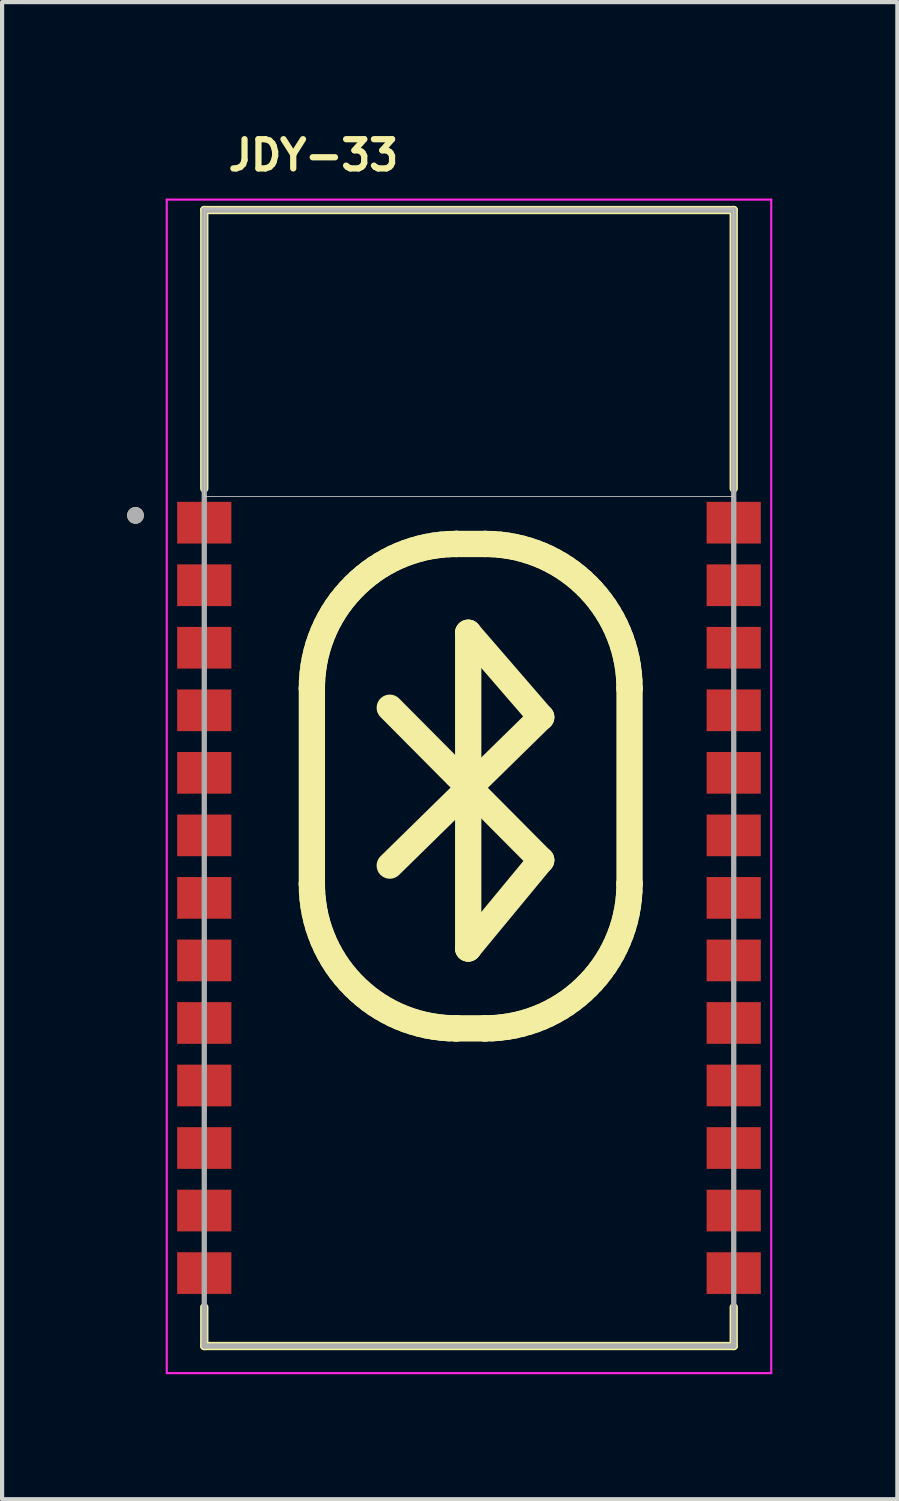
<source format=kicad_pcb>
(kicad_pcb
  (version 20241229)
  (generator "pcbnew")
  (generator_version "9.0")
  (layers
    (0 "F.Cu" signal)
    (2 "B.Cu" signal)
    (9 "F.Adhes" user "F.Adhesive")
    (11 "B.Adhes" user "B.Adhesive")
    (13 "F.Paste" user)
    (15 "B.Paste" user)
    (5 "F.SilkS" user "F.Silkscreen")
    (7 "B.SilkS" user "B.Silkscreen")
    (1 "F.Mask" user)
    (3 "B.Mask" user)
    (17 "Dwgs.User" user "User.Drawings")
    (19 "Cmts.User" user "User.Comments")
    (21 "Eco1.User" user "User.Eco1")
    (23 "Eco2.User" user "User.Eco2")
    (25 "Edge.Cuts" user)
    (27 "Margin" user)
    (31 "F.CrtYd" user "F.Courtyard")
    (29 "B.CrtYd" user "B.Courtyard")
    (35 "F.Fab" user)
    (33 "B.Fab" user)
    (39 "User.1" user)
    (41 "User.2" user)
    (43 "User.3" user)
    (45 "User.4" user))
  (footprint "JDY-33"
    (layer "F.Cu")
    (at 8.2 15.813)
    (property "Reference" "JDY-33" (at -3.732 -15.14 0) (layer "F.SilkS") (effects (font (size 0.701 0.701) (thickness 0.15))))
    (attr through_hole)
    (fp_poly (pts (xy 6.5 -13.9) (xy 6.5 -6.9) (xy -6.5 -6.9) (xy -6.5 -13.9)) (stroke (width 0.12) (type solid)) (fill yes) (layer "F.Mask"))
    (fp_poly (pts (xy 6.5 -13.9) (xy 6.5 -6.9) (xy -6.5 -6.9) (xy -6.5 -13.9)) (stroke (width 0.12) (type solid)) (fill yes) (layer "B.Mask"))
    (fp_line (start -6.35 -13.825) (end 6.35 -13.825) (stroke (width 0.2) (type solid)) (layer "F.SilkS"))
    (fp_line (start -6.35 -7.145) (end -6.35 -13.825) (stroke (width 0.2) (type solid)) (layer "F.SilkS"))
    (fp_line (start -6.35 12.495) (end -6.35 13.425) (stroke (width 0.2) (type solid)) (layer "F.SilkS"))
    (fp_line (start -6.35 13.425) (end 6.35 13.425) (stroke (width 0.2) (type solid)) (layer "F.SilkS"))
    (fp_line (start -3.769 -2.351) (end -3.769 -2.351) (stroke (width 0.631) (type solid)) (layer "F.SilkS"))
    (fp_line (start -3.769 -2.351) (end -3.765 -2.529) (stroke (width 0.631) (type solid)) (layer "F.SilkS"))
    (fp_line (start -3.769 2.341) (end -3.769 -2.351) (stroke (width 0.631) (type solid)) (layer "F.SilkS"))
    (fp_line (start -3.769 2.341) (end -3.769 2.341) (stroke (width 0.631) (type solid)) (layer "F.SilkS"))
    (fp_line (start -3.765 -2.529) (end -3.751 -2.705) (stroke (width 0.631) (type solid)) (layer "F.SilkS"))
    (fp_line (start -3.765 2.519) (end -3.769 2.341) (stroke (width 0.631) (type solid)) (layer "F.SilkS"))
    (fp_line (start -3.751 -2.705) (end -3.729 -2.878) (stroke (width 0.631) (type solid)) (layer "F.SilkS"))
    (fp_line (start -3.751 2.695) (end -3.765 2.519) (stroke (width 0.631) (type solid)) (layer "F.SilkS"))
    (fp_line (start -3.729 -2.878) (end -3.699 -3.049) (stroke (width 0.631) (type solid)) (layer "F.SilkS"))
    (fp_line (start -3.729 2.868) (end -3.751 2.695) (stroke (width 0.631) (type solid)) (layer "F.SilkS"))
    (fp_line (start -3.699 -3.049) (end -3.66 -3.216) (stroke (width 0.631) (type solid)) (layer "F.SilkS"))
    (fp_line (start -3.699 3.039) (end -3.729 2.868) (stroke (width 0.631) (type solid)) (layer "F.SilkS"))
    (fp_line (start -3.66 -3.216) (end -3.614 -3.381) (stroke (width 0.631) (type solid)) (layer "F.SilkS"))
    (fp_line (start -3.66 3.206) (end -3.699 3.039) (stroke (width 0.631) (type solid)) (layer "F.SilkS"))
    (fp_line (start -3.614 -3.381) (end -3.559 -3.542) (stroke (width 0.631) (type solid)) (layer "F.SilkS"))
    (fp_line (start -3.614 3.371) (end -3.66 3.206) (stroke (width 0.631) (type solid)) (layer "F.SilkS"))
    (fp_line (start -3.559 -3.542) (end -3.497 -3.699) (stroke (width 0.631) (type solid)) (layer "F.SilkS"))
    (fp_line (start -3.559 3.532) (end -3.614 3.371) (stroke (width 0.631) (type solid)) (layer "F.SilkS"))
    (fp_line (start -3.497 -3.699) (end -3.428 -3.853) (stroke (width 0.631) (type solid)) (layer "F.SilkS"))
    (fp_line (start -3.497 3.689) (end -3.559 3.532) (stroke (width 0.631) (type solid)) (layer "F.SilkS"))
    (fp_line (start -3.428 -3.853) (end -3.351 -4.002) (stroke (width 0.631) (type solid)) (layer "F.SilkS"))
    (fp_line (start -3.428 3.843) (end -3.497 3.689) (stroke (width 0.631) (type solid)) (layer "F.SilkS"))
    (fp_line (start -3.351 -4.002) (end -3.268 -4.147) (stroke (width 0.631) (type solid)) (layer "F.SilkS"))
    (fp_line (start -3.351 3.992) (end -3.428 3.843) (stroke (width 0.631) (type solid)) (layer "F.SilkS"))
    (fp_line (start -3.268 -4.147) (end -3.178 -4.288) (stroke (width 0.631) (type solid)) (layer "F.SilkS"))
    (fp_line (start -3.268 4.137) (end -3.351 3.992) (stroke (width 0.631) (type solid)) (layer "F.SilkS"))
    (fp_line (start -3.178 -4.288) (end -3.081 -4.424) (stroke (width 0.631) (type solid)) (layer "F.SilkS"))
    (fp_line (start -3.178 4.278) (end -3.268 4.137) (stroke (width 0.631) (type solid)) (layer "F.SilkS"))
    (fp_line (start -3.081 -4.424) (end -2.978 -4.554) (stroke (width 0.631) (type solid)) (layer "F.SilkS"))
    (fp_line (start -3.081 4.414) (end -3.178 4.278) (stroke (width 0.631) (type solid)) (layer "F.SilkS"))
    (fp_line (start -2.978 -4.554) (end -2.869 -4.68) (stroke (width 0.631) (type solid)) (layer "F.SilkS"))
    (fp_line (start -2.978 4.544) (end -3.081 4.414) (stroke (width 0.631) (type solid)) (layer "F.SilkS"))
    (fp_line (start -2.869 -4.68) (end -2.754 -4.8) (stroke (width 0.631) (type solid)) (layer "F.SilkS"))
    (fp_line (start -2.869 4.67) (end -2.978 4.544) (stroke (width 0.631) (type solid)) (layer "F.SilkS"))
    (fp_line (start -2.754 -4.8) (end -2.634 -4.915) (stroke (width 0.631) (type solid)) (layer "F.SilkS"))
    (fp_line (start -2.754 4.79) (end -2.869 4.67) (stroke (width 0.631) (type solid)) (layer "F.SilkS"))
    (fp_line (start -2.634 -4.915) (end -2.508 -5.024) (stroke (width 0.631) (type solid)) (layer "F.SilkS"))
    (fp_line (start -2.634 4.905) (end -2.754 4.79) (stroke (width 0.631) (type solid)) (layer "F.SilkS"))
    (fp_line (start -2.508 -5.024) (end -2.378 -5.127) (stroke (width 0.631) (type solid)) (layer "F.SilkS"))
    (fp_line (start -2.508 5.014) (end -2.634 4.905) (stroke (width 0.631) (type solid)) (layer "F.SilkS"))
    (fp_line (start -2.378 -5.127) (end -2.242 -5.224) (stroke (width 0.631) (type solid)) (layer "F.SilkS"))
    (fp_line (start -2.378 5.117) (end -2.508 5.014) (stroke (width 0.631) (type solid)) (layer "F.SilkS"))
    (fp_line (start -2.242 -5.224) (end -2.101 -5.314) (stroke (width 0.631) (type solid)) (layer "F.SilkS"))
    (fp_line (start -2.242 5.214) (end -2.378 5.117) (stroke (width 0.631) (type solid)) (layer "F.SilkS"))
    (fp_line (start -2.101 -5.314) (end -1.956 -5.397) (stroke (width 0.631) (type solid)) (layer "F.SilkS"))
    (fp_line (start -2.101 5.304) (end -2.242 5.214) (stroke (width 0.631) (type solid)) (layer "F.SilkS"))
    (fp_line (start -1.956 -5.397) (end -1.807 -5.474) (stroke (width 0.631) (type solid)) (layer "F.SilkS"))
    (fp_line (start -1.956 5.387) (end -2.101 5.304) (stroke (width 0.631) (type solid)) (layer "F.SilkS"))
    (fp_line (start -1.9 -1.886) (end 1.731 1.769) (stroke (width 0.631) (type solid)) (layer "F.SilkS"))
    (fp_line (start -1.807 -5.474) (end -1.653 -5.543) (stroke (width 0.631) (type solid)) (layer "F.SilkS"))
    (fp_line (start -1.807 5.464) (end -1.956 5.387) (stroke (width 0.631) (type solid)) (layer "F.SilkS"))
    (fp_line (start -1.653 -5.543) (end -1.496 -5.605) (stroke (width 0.631) (type solid)) (layer "F.SilkS"))
    (fp_line (start -1.653 5.533) (end -1.807 5.464) (stroke (width 0.631) (type solid)) (layer "F.SilkS"))
    (fp_line (start -1.496 -5.605) (end -1.335 -5.659) (stroke (width 0.631) (type solid)) (layer "F.SilkS"))
    (fp_line (start -1.496 5.595) (end -1.653 5.533) (stroke (width 0.631) (type solid)) (layer "F.SilkS"))
    (fp_line (start -1.335 -5.659) (end -1.17 -5.706) (stroke (width 0.631) (type solid)) (layer "F.SilkS"))
    (fp_line (start -1.335 5.649) (end -1.496 5.595) (stroke (width 0.631) (type solid)) (layer "F.SilkS"))
    (fp_line (start -1.17 -5.706) (end -1.003 -5.745) (stroke (width 0.631) (type solid)) (layer "F.SilkS"))
    (fp_line (start -1.17 5.696) (end -1.335 5.649) (stroke (width 0.631) (type solid)) (layer "F.SilkS"))
    (fp_line (start -1.003 -5.745) (end -0.832 -5.775) (stroke (width 0.631) (type solid)) (layer "F.SilkS"))
    (fp_line (start -1.003 5.735) (end -1.17 5.696) (stroke (width 0.631) (type solid)) (layer "F.SilkS"))
    (fp_line (start -0.832 -5.775) (end -0.659 -5.797) (stroke (width 0.631) (type solid)) (layer "F.SilkS"))
    (fp_line (start -0.832 5.765) (end -1.003 5.735) (stroke (width 0.631) (type solid)) (layer "F.SilkS"))
    (fp_line (start -0.659 -5.797) (end -0.483 -5.811) (stroke (width 0.631) (type solid)) (layer "F.SilkS"))
    (fp_line (start -0.659 5.787) (end -0.832 5.765) (stroke (width 0.631) (type solid)) (layer "F.SilkS"))
    (fp_line (start -0.483 -5.811) (end -0.305 -5.815) (stroke (width 0.631) (type solid)) (layer "F.SilkS"))
    (fp_line (start -0.483 5.801) (end -0.659 5.787) (stroke (width 0.631) (type solid)) (layer "F.SilkS"))
    (fp_line (start -0.305 -5.815) (end -0.305 -5.815) (stroke (width 0.631) (type solid)) (layer "F.SilkS"))
    (fp_line (start -0.305 -5.815) (end -0.305 -5.815) (stroke (width 0.631) (type solid)) (layer "F.SilkS"))
    (fp_line (start -0.305 -5.815) (end 0.386 -5.815) (stroke (width 0.631) (type solid)) (layer "F.SilkS"))
    (fp_line (start -0.305 5.805) (end -0.483 5.801) (stroke (width 0.631) (type solid)) (layer "F.SilkS"))
    (fp_line (start -0.305 5.805) (end -0.305 5.805) (stroke (width 0.631) (type solid)) (layer "F.SilkS"))
    (fp_line (start -0.019 -3.684) (end -0.019 -3.684) (stroke (width 0.631) (type solid)) (layer "F.SilkS"))
    (fp_line (start -0.019 -3.684) (end 1.731 -1.66) (stroke (width 0.631) (type solid)) (layer "F.SilkS"))
    (fp_line (start -0.019 3.888) (end -0.019 -3.684) (stroke (width 0.631) (type solid)) (layer "F.SilkS"))
    (fp_line (start -0.019 3.888) (end -0.019 3.888) (stroke (width 0.631) (type solid)) (layer "F.SilkS"))
    (fp_line (start 0.386 -5.815) (end 0.386 -5.815) (stroke (width 0.631) (type solid)) (layer "F.SilkS"))
    (fp_line (start 0.386 -5.815) (end 0.564 -5.811) (stroke (width 0.631) (type solid)) (layer "F.SilkS"))
    (fp_line (start 0.386 5.805) (end -0.305 5.805) (stroke (width 0.631) (type solid)) (layer "F.SilkS"))
    (fp_line (start 0.386 5.805) (end 0.386 5.805) (stroke (width 0.631) (type solid)) (layer "F.SilkS"))
    (fp_line (start 0.564 -5.811) (end 0.74 -5.797) (stroke (width 0.631) (type solid)) (layer "F.SilkS"))
    (fp_line (start 0.564 5.801) (end 0.386 5.805) (stroke (width 0.631) (type solid)) (layer "F.SilkS"))
    (fp_line (start 0.74 -5.797) (end 0.914 -5.775) (stroke (width 0.631) (type solid)) (layer "F.SilkS"))
    (fp_line (start 0.74 5.787) (end 0.564 5.801) (stroke (width 0.631) (type solid)) (layer "F.SilkS"))
    (fp_line (start 0.914 -5.775) (end 1.084 -5.745) (stroke (width 0.631) (type solid)) (layer "F.SilkS"))
    (fp_line (start 0.914 5.765) (end 0.74 5.787) (stroke (width 0.631) (type solid)) (layer "F.SilkS"))
    (fp_line (start 1.084 -5.745) (end 1.252 -5.706) (stroke (width 0.631) (type solid)) (layer "F.SilkS"))
    (fp_line (start 1.084 5.735) (end 0.914 5.765) (stroke (width 0.631) (type solid)) (layer "F.SilkS"))
    (fp_line (start 1.252 -5.706) (end 1.416 -5.659) (stroke (width 0.631) (type solid)) (layer "F.SilkS"))
    (fp_line (start 1.252 5.696) (end 1.084 5.735) (stroke (width 0.631) (type solid)) (layer "F.SilkS"))
    (fp_line (start 1.416 -5.659) (end 1.577 -5.605) (stroke (width 0.631) (type solid)) (layer "F.SilkS"))
    (fp_line (start 1.416 5.649) (end 1.252 5.696) (stroke (width 0.631) (type solid)) (layer "F.SilkS"))
    (fp_line (start 1.577 -5.605) (end 1.735 -5.543) (stroke (width 0.631) (type solid)) (layer "F.SilkS"))
    (fp_line (start 1.577 5.595) (end 1.416 5.649) (stroke (width 0.631) (type solid)) (layer "F.SilkS"))
    (fp_line (start 1.731 -1.66) (end -1.9 1.9) (stroke (width 0.631) (type solid)) (layer "F.SilkS"))
    (fp_line (start 1.731 -1.66) (end 1.731 -1.66) (stroke (width 0.631) (type solid)) (layer "F.SilkS"))
    (fp_line (start 1.731 1.769) (end -0.019 3.888) (stroke (width 0.631) (type solid)) (layer "F.SilkS"))
    (fp_line (start 1.731 1.769) (end 1.731 1.769) (stroke (width 0.631) (type solid)) (layer "F.SilkS"))
    (fp_line (start 1.735 -5.543) (end 1.888 -5.474) (stroke (width 0.631) (type solid)) (layer "F.SilkS"))
    (fp_line (start 1.735 5.533) (end 1.577 5.595) (stroke (width 0.631) (type solid)) (layer "F.SilkS"))
    (fp_line (start 1.888 -5.474) (end 2.037 -5.397) (stroke (width 0.631) (type solid)) (layer "F.SilkS"))
    (fp_line (start 1.888 5.464) (end 1.735 5.533) (stroke (width 0.631) (type solid)) (layer "F.SilkS"))
    (fp_line (start 2.037 -5.397) (end 2.183 -5.314) (stroke (width 0.631) (type solid)) (layer "F.SilkS"))
    (fp_line (start 2.037 5.387) (end 1.888 5.464) (stroke (width 0.631) (type solid)) (layer "F.SilkS"))
    (fp_line (start 2.183 -5.314) (end 2.323 -5.224) (stroke (width 0.631) (type solid)) (layer "F.SilkS"))
    (fp_line (start 2.183 5.304) (end 2.037 5.387) (stroke (width 0.631) (type solid)) (layer "F.SilkS"))
    (fp_line (start 2.323 -5.224) (end 2.459 -5.127) (stroke (width 0.631) (type solid)) (layer "F.SilkS"))
    (fp_line (start 2.323 5.214) (end 2.183 5.304) (stroke (width 0.631) (type solid)) (layer "F.SilkS"))
    (fp_line (start 2.459 -5.127) (end 2.59 -5.024) (stroke (width 0.631) (type solid)) (layer "F.SilkS"))
    (fp_line (start 2.459 5.117) (end 2.323 5.214) (stroke (width 0.631) (type solid)) (layer "F.SilkS"))
    (fp_line (start 2.59 -5.024) (end 2.716 -4.915) (stroke (width 0.631) (type solid)) (layer "F.SilkS"))
    (fp_line (start 2.59 5.014) (end 2.459 5.117) (stroke (width 0.631) (type solid)) (layer "F.SilkS"))
    (fp_line (start 2.716 -4.915) (end 2.836 -4.8) (stroke (width 0.631) (type solid)) (layer "F.SilkS"))
    (fp_line (start 2.716 4.905) (end 2.59 5.014) (stroke (width 0.631) (type solid)) (layer "F.SilkS"))
    (fp_line (start 2.836 -4.8) (end 2.951 -4.68) (stroke (width 0.631) (type solid)) (layer "F.SilkS"))
    (fp_line (start 2.836 4.79) (end 2.716 4.905) (stroke (width 0.631) (type solid)) (layer "F.SilkS"))
    (fp_line (start 2.951 -4.68) (end 3.06 -4.554) (stroke (width 0.631) (type solid)) (layer "F.SilkS"))
    (fp_line (start 2.951 4.67) (end 2.836 4.79) (stroke (width 0.631) (type solid)) (layer "F.SilkS"))
    (fp_line (start 3.06 -4.554) (end 3.162 -4.424) (stroke (width 0.631) (type solid)) (layer "F.SilkS"))
    (fp_line (start 3.06 4.544) (end 2.951 4.67) (stroke (width 0.631) (type solid)) (layer "F.SilkS"))
    (fp_line (start 3.162 -4.424) (end 3.259 -4.288) (stroke (width 0.631) (type solid)) (layer "F.SilkS"))
    (fp_line (start 3.162 4.414) (end 3.06 4.544) (stroke (width 0.631) (type solid)) (layer "F.SilkS"))
    (fp_line (start 3.259 -4.288) (end 3.349 -4.147) (stroke (width 0.631) (type solid)) (layer "F.SilkS"))
    (fp_line (start 3.259 4.278) (end 3.162 4.414) (stroke (width 0.631) (type solid)) (layer "F.SilkS"))
    (fp_line (start 3.349 -4.147) (end 3.433 -4.002) (stroke (width 0.631) (type solid)) (layer "F.SilkS"))
    (fp_line (start 3.349 4.137) (end 3.259 4.278) (stroke (width 0.631) (type solid)) (layer "F.SilkS"))
    (fp_line (start 3.433 -4.002) (end 3.509 -3.853) (stroke (width 0.631) (type solid)) (layer "F.SilkS"))
    (fp_line (start 3.433 3.992) (end 3.349 4.137) (stroke (width 0.631) (type solid)) (layer "F.SilkS"))
    (fp_line (start 3.509 -3.853) (end 3.578 -3.699) (stroke (width 0.631) (type solid)) (layer "F.SilkS"))
    (fp_line (start 3.509 3.843) (end 3.433 3.992) (stroke (width 0.631) (type solid)) (layer "F.SilkS"))
    (fp_line (start 3.578 -3.699) (end 3.64 -3.542) (stroke (width 0.631) (type solid)) (layer "F.SilkS"))
    (fp_line (start 3.578 3.689) (end 3.509 3.843) (stroke (width 0.631) (type solid)) (layer "F.SilkS"))
    (fp_line (start 3.64 -3.542) (end 3.695 -3.381) (stroke (width 0.631) (type solid)) (layer "F.SilkS"))
    (fp_line (start 3.64 3.532) (end 3.578 3.689) (stroke (width 0.631) (type solid)) (layer "F.SilkS"))
    (fp_line (start 3.695 -3.381) (end 3.742 -3.216) (stroke (width 0.631) (type solid)) (layer "F.SilkS"))
    (fp_line (start 3.695 3.371) (end 3.64 3.532) (stroke (width 0.631) (type solid)) (layer "F.SilkS"))
    (fp_line (start 3.742 -3.216) (end 3.78 -3.049) (stroke (width 0.631) (type solid)) (layer "F.SilkS"))
    (fp_line (start 3.742 3.206) (end 3.695 3.371) (stroke (width 0.631) (type solid)) (layer "F.SilkS"))
    (fp_line (start 3.78 -3.049) (end 3.811 -2.878) (stroke (width 0.631) (type solid)) (layer "F.SilkS"))
    (fp_line (start 3.78 3.039) (end 3.742 3.206) (stroke (width 0.631) (type solid)) (layer "F.SilkS"))
    (fp_line (start 3.811 -2.878) (end 3.833 -2.705) (stroke (width 0.631) (type solid)) (layer "F.SilkS"))
    (fp_line (start 3.811 2.868) (end 3.78 3.039) (stroke (width 0.631) (type solid)) (layer "F.SilkS"))
    (fp_line (start 3.833 -2.705) (end 3.846 -2.529) (stroke (width 0.631) (type solid)) (layer "F.SilkS"))
    (fp_line (start 3.833 2.695) (end 3.811 2.868) (stroke (width 0.631) (type solid)) (layer "F.SilkS"))
    (fp_line (start 3.846 -2.529) (end 3.851 -2.351) (stroke (width 0.631) (type solid)) (layer "F.SilkS"))
    (fp_line (start 3.846 2.519) (end 3.833 2.695) (stroke (width 0.631) (type solid)) (layer "F.SilkS"))
    (fp_line (start 3.851 -2.351) (end 3.851 -2.351) (stroke (width 0.631) (type solid)) (layer "F.SilkS"))
    (fp_line (start 3.851 -2.351) (end 3.851 2.341) (stroke (width 0.631) (type solid)) (layer "F.SilkS"))
    (fp_line (start 3.851 2.341) (end 3.846 2.519) (stroke (width 0.631) (type solid)) (layer "F.SilkS"))
    (fp_line (start 3.851 2.341) (end 3.851 2.341) (stroke (width 0.631) (type solid)) (layer "F.SilkS"))
    (fp_line (start 6.35 -13.825) (end 6.35 -7.145) (stroke (width 0.2) (type solid)) (layer "F.SilkS"))
    (fp_line (start 6.35 13.425) (end 6.35 12.495) (stroke (width 0.2) (type solid)) (layer "F.SilkS"))
    (fp_circle (center -8 -6.5) (end -7.9 -6.5) (stroke (width 0.2) (type solid)) (fill no) (layer "F.SilkS"))
    (fp_poly (pts (xy -6.35 -13.85) (xy 6.35 -13.85) (xy 6.35 -6.95) (xy -6.35 -6.95)) (stroke (width 0.01) (type solid)) (fill no) (layer "Dwgs.User"))
    (fp_poly (pts (xy -6.35 -13.85) (xy 6.35 -13.85) (xy 6.35 -6.95) (xy -6.35 -6.95)) (stroke (width 0.01) (type solid)) (fill no) (layer "Dwgs.User"))
    (fp_poly (pts (xy -6.35 -13.85) (xy 6.35 -13.85) (xy 6.35 -6.95) (xy -6.35 -6.95)) (stroke (width 0.01) (type solid)) (fill no) (layer "Dwgs.User"))
    (fp_line (start -7.25 -14.075) (end 7.25 -14.075) (stroke (width 0.05) (type solid)) (layer "F.CrtYd"))
    (fp_line (start -7.25 14.075) (end -7.25 -14.075) (stroke (width 0.05) (type solid)) (layer "F.CrtYd"))
    (fp_line (start 7.25 -14.075) (end 7.25 14.075) (stroke (width 0.05) (type solid)) (layer "F.CrtYd"))
    (fp_line (start 7.25 14.075) (end -7.25 14.075) (stroke (width 0.05) (type solid)) (layer "F.CrtYd"))
    (fp_line (start -6.35 -13.825) (end 6.35 -13.825) (stroke (width 0.127) (type solid)) (layer "F.Fab"))
    (fp_line (start -6.35 13.425) (end -6.35 -13.825) (stroke (width 0.127) (type solid)) (layer "F.Fab"))
    (fp_line (start 6.35 -13.825) (end 6.35 13.425) (stroke (width 0.127) (type solid)) (layer "F.Fab"))
    (fp_line (start 6.35 13.425) (end -6.35 13.425) (stroke (width 0.127) (type solid)) (layer "F.Fab"))
    (fp_circle (center -8 -6.5) (end -7.9 -6.5) (stroke (width 0.2) (type solid)) (fill no) (layer "F.Fab"))
    (pad "1" smd rect (at -6.35 -6.325) (size 1.3 1) (layers "F.Cu" "F.Mask" "F.Paste"))
    (pad "2" smd rect (at -6.35 -4.825) (size 1.3 1) (layers "F.Cu" "F.Mask" "F.Paste"))
    (pad "3" smd rect (at -6.35 -3.325) (size 1.3 1) (layers "F.Cu" "F.Mask" "F.Paste"))
    (pad "4" smd rect (at -6.35 -1.825) (size 1.3 1) (layers "F.Cu" "F.Mask" "F.Paste"))
    (pad "5" smd rect (at -6.35 -0.325) (size 1.3 1) (layers "F.Cu" "F.Mask" "F.Paste"))
    (pad "6" smd rect (at -6.35 1.175) (size 1.3 1) (layers "F.Cu" "F.Mask" "F.Paste"))
    (pad "7" smd rect (at -6.35 2.675) (size 1.3 1) (layers "F.Cu" "F.Mask" "F.Paste"))
    (pad "8" smd rect (at -6.35 4.175) (size 1.3 1) (layers "F.Cu" "F.Mask" "F.Paste"))
    (pad "9" smd rect (at -6.35 5.675) (size 1.3 1) (layers "F.Cu" "F.Mask" "F.Paste"))
    (pad "10" smd rect (at -6.35 7.175) (size 1.3 1) (layers "F.Cu" "F.Mask" "F.Paste"))
    (pad "11" smd rect (at -6.35 8.675) (size 1.3 1) (layers "F.Cu" "F.Mask" "F.Paste"))
    (pad "12" smd rect (at -6.35 10.175) (size 1.3 1) (layers "F.Cu" "F.Mask" "F.Paste"))
    (pad "13" smd rect (at -6.35 11.675) (size 1.3 1) (layers "F.Cu" "F.Mask" "F.Paste"))
    (pad "14" smd rect (at 6.35 11.675 180) (size 1.3 1) (layers "F.Cu" "F.Mask" "F.Paste"))
    (pad "15" smd rect (at 6.35 10.175 180) (size 1.3 1) (layers "F.Cu" "F.Mask" "F.Paste"))
    (pad "16" smd rect (at 6.35 8.675 180) (size 1.3 1) (layers "F.Cu" "F.Mask" "F.Paste"))
    (pad "17" smd rect (at 6.35 7.175 180) (size 1.3 1) (layers "F.Cu" "F.Mask" "F.Paste"))
    (pad "18" smd rect (at 6.35 5.675 180) (size 1.3 1) (layers "F.Cu" "F.Mask" "F.Paste"))
    (pad "19" smd rect (at 6.35 4.175 180) (size 1.3 1) (layers "F.Cu" "F.Mask" "F.Paste"))
    (pad "20" smd rect (at 6.35 2.675 180) (size 1.3 1) (layers "F.Cu" "F.Mask" "F.Paste"))
    (pad "21" smd rect (at 6.35 1.175 180) (size 1.3 1) (layers "F.Cu" "F.Mask" "F.Paste"))
    (pad "22" smd rect (at 6.35 -0.325 180) (size 1.3 1) (layers "F.Cu" "F.Mask" "F.Paste"))
    (pad "23" smd rect (at 6.35 -1.825 180) (size 1.3 1) (layers "F.Cu" "F.Mask" "F.Paste"))
    (pad "24" smd rect (at 6.35 -3.325 180) (size 1.3 1) (layers "F.Cu" "F.Mask" "F.Paste"))
    (pad "25" smd rect (at 6.35 -4.825 180) (size 1.3 1) (layers "F.Cu" "F.Mask" "F.Paste"))
    (pad "26" smd rect (at 6.35 -6.325 180) (size 1.3 1) (layers "F.Cu" "F.Mask" "F.Paste"))
    (zone (net_name "") (layer "F.Cu") (name "Bluetooth keepout") (hatch edge 0.508) (connect_pads) (min_thickness 0.254) (filled_areas_thickness no) (keepout (tracks not_allowed) (vias not_allowed) (pads allowed) (copperpour not_allowed) (footprints allowed)) (placement (enabled no)) (fill) (polygon (pts (xy 14.1 2.213) (xy 14.1 29.013) (xy 2.25 29.013) (xy 2.25 2.213))))
    (zone (net_name "") (layer "B.Cu") (name "Bluetooth keepout bottom") (hatch edge 0.508) (connect_pads) (min_thickness 0.254) (filled_areas_thickness no) (keepout (tracks not_allowed) (vias not_allowed) (pads not_allowed) (copperpour not_allowed) (footprints allowed)) (placement (enabled no)) (fill) (polygon (pts (xy 14.7 1.913) (xy 14.7 8.913) (xy 1.707 8.917) (xy 1.7 1.913)))))
  (gr_rect
    (start -3 -3)
    (end 18.475 32.913)
    (stroke (width 0.1) (type default))
    (fill no)
    (layer "Edge.Cuts")))
</source>
